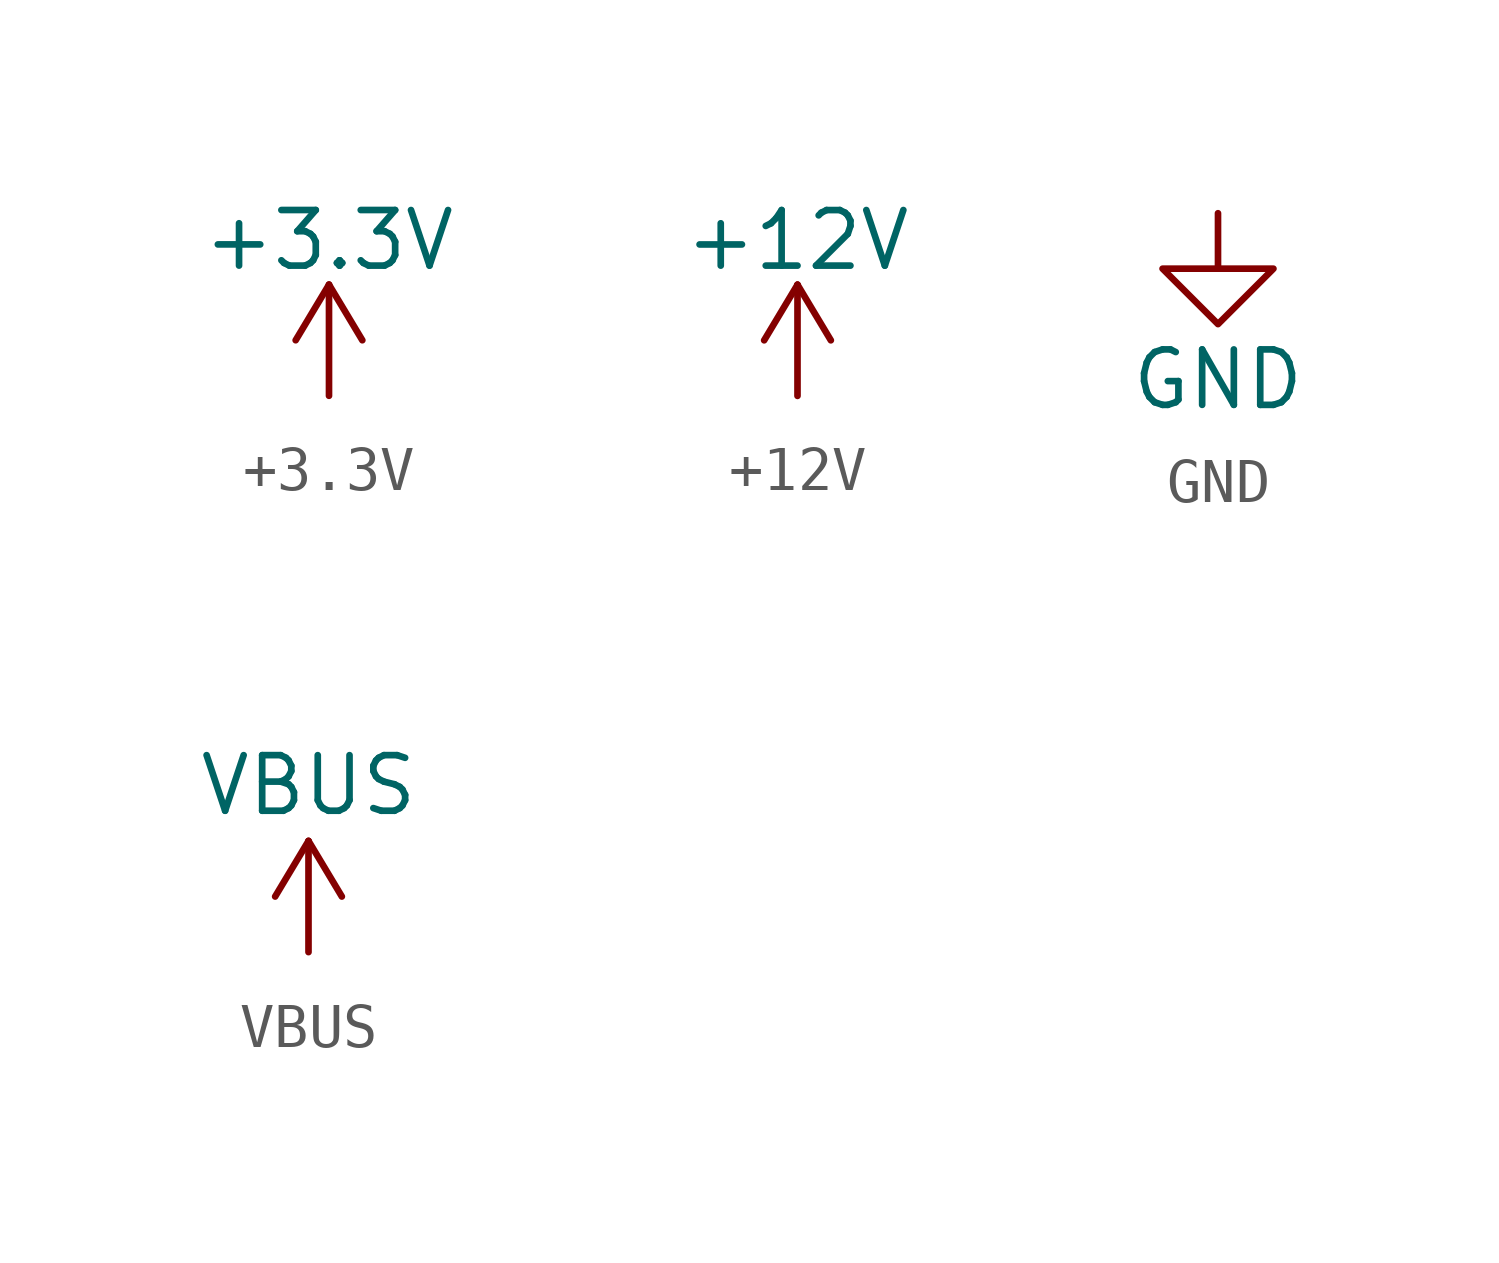
<source format=kicad_sym>
(kicad_symbol_lib
  (version 20231120)
  (generator "kicad_symbol_editor")
  (generator_version "8.0")
  (symbol "+3.3V"
    (power)
    (pin_names
      (offset 0))
    (property "Reference" "#PWR"
      (at 0 -3.81 0)
      (effects (font (size 1.27 1.27)) (hide yes)))
    (property "Value" "+3.3V"
      (at 0 3.556 0)
      (do_not_autoplace)
      (effects (font (size 1.27 1.27))))
    (symbol "+3.3V_0_1"
      (polyline (pts (xy -0.762 1.27) (xy 0 2.54)) (stroke (width 0) (type default)) (fill (type none)))
      (polyline (pts (xy 0 0) (xy 0 2.54)) (stroke (width 0) (type default)) (fill (type none)))
      (polyline (pts (xy 0 2.54) (xy 0.762 1.27)) (stroke (width 0) (type default)) (fill (type none))))
    (symbol "+3.3V_1_1"
      (pin power_in line (at 0 0 90) (length 0) hide (name "+3.3V" (effects (font (size 1.27 1.27)))) (number "1" (effects (font (size 1.27 1.27)))))))
  (symbol "+12V"
    (power)
    (pin_names
      (offset 0))
    (property "Reference" "#PWR"
      (at 0 -3.81 0)
      (effects (font (size 1.27 1.27)) (hide yes)))
    (property "Value" "+12V"
      (at 0 3.556 0)
      (do_not_autoplace)
      (effects (font (size 1.27 1.27))))
    (symbol "+12V_0_1"
      (polyline (pts (xy -0.762 1.27) (xy 0 2.54)) (stroke (width 0) (type default)) (fill (type none)))
      (polyline (pts (xy 0 0) (xy 0 2.54)) (stroke (width 0) (type default)) (fill (type none)))
      (polyline (pts (xy 0 2.54) (xy 0.762 1.27)) (stroke (width 0) (type default)) (fill (type none))))
    (symbol "+12V_1_1"
      (pin power_in line (at 0 0 90) (length 0) hide (name "+12V" (effects (font (size 1.27 1.27)))) (number "1" (effects (font (size 1.27 1.27)))))))
  (symbol "GND"
    (power)
    (pin_names
      (offset 0))
    (property "Reference" "#PWR"
      (at 0 -6.35 0)
      (effects (font (size 1.27 1.27)) (hide yes)))
    (property "Value" "GND"
      (at 0 -3.81 0)
      (do_not_autoplace)
      (effects (font (size 1.27 1.27))))
    (symbol "GND_0_1"
      (polyline (pts (xy 0 0) (xy 0 -1.27) (xy 1.27 -1.27) (xy 0 -2.54) (xy -1.27 -1.27) (xy 0 -1.27)) (stroke (width 0) (type default)) (fill (type none))))
    (symbol "GND_1_1"
      (pin power_in line (at 0 0 270) (length 0) hide (name "GND" (effects (font (size 1.27 1.27)))) (number "1" (effects (font (size 1.27 1.27)))))))
  (symbol "VBUS"
    (power)
    (pin_names
      (offset 0))
    (property "Reference" "#PWR"
      (at 0 -3.81 0)
      (effects (font (size 1.27 1.27)) (hide yes)))
    (property "Value" "VBUS"
      (at 0 3.81 0)
      (do_not_autoplace)
      (effects (font (size 1.27 1.27))))
    (symbol "VBUS_0_1"
      (polyline (pts (xy -0.762 1.27) (xy 0 2.54)) (stroke (width 0) (type default)) (fill (type none)))
      (polyline (pts (xy 0 0) (xy 0 2.54)) (stroke (width 0) (type default)) (fill (type none)))
      (polyline (pts (xy 0 2.54) (xy 0.762 1.27)) (stroke (width 0) (type default)) (fill (type none))))
    (symbol "VBUS_1_1"
      (pin power_in line (at 0 0 90) (length 0) hide (name "VBUS" (effects (font (size 1.27 1.27)))) (number "1" (effects (font (size 1.27 1.27))))))))
</source>
